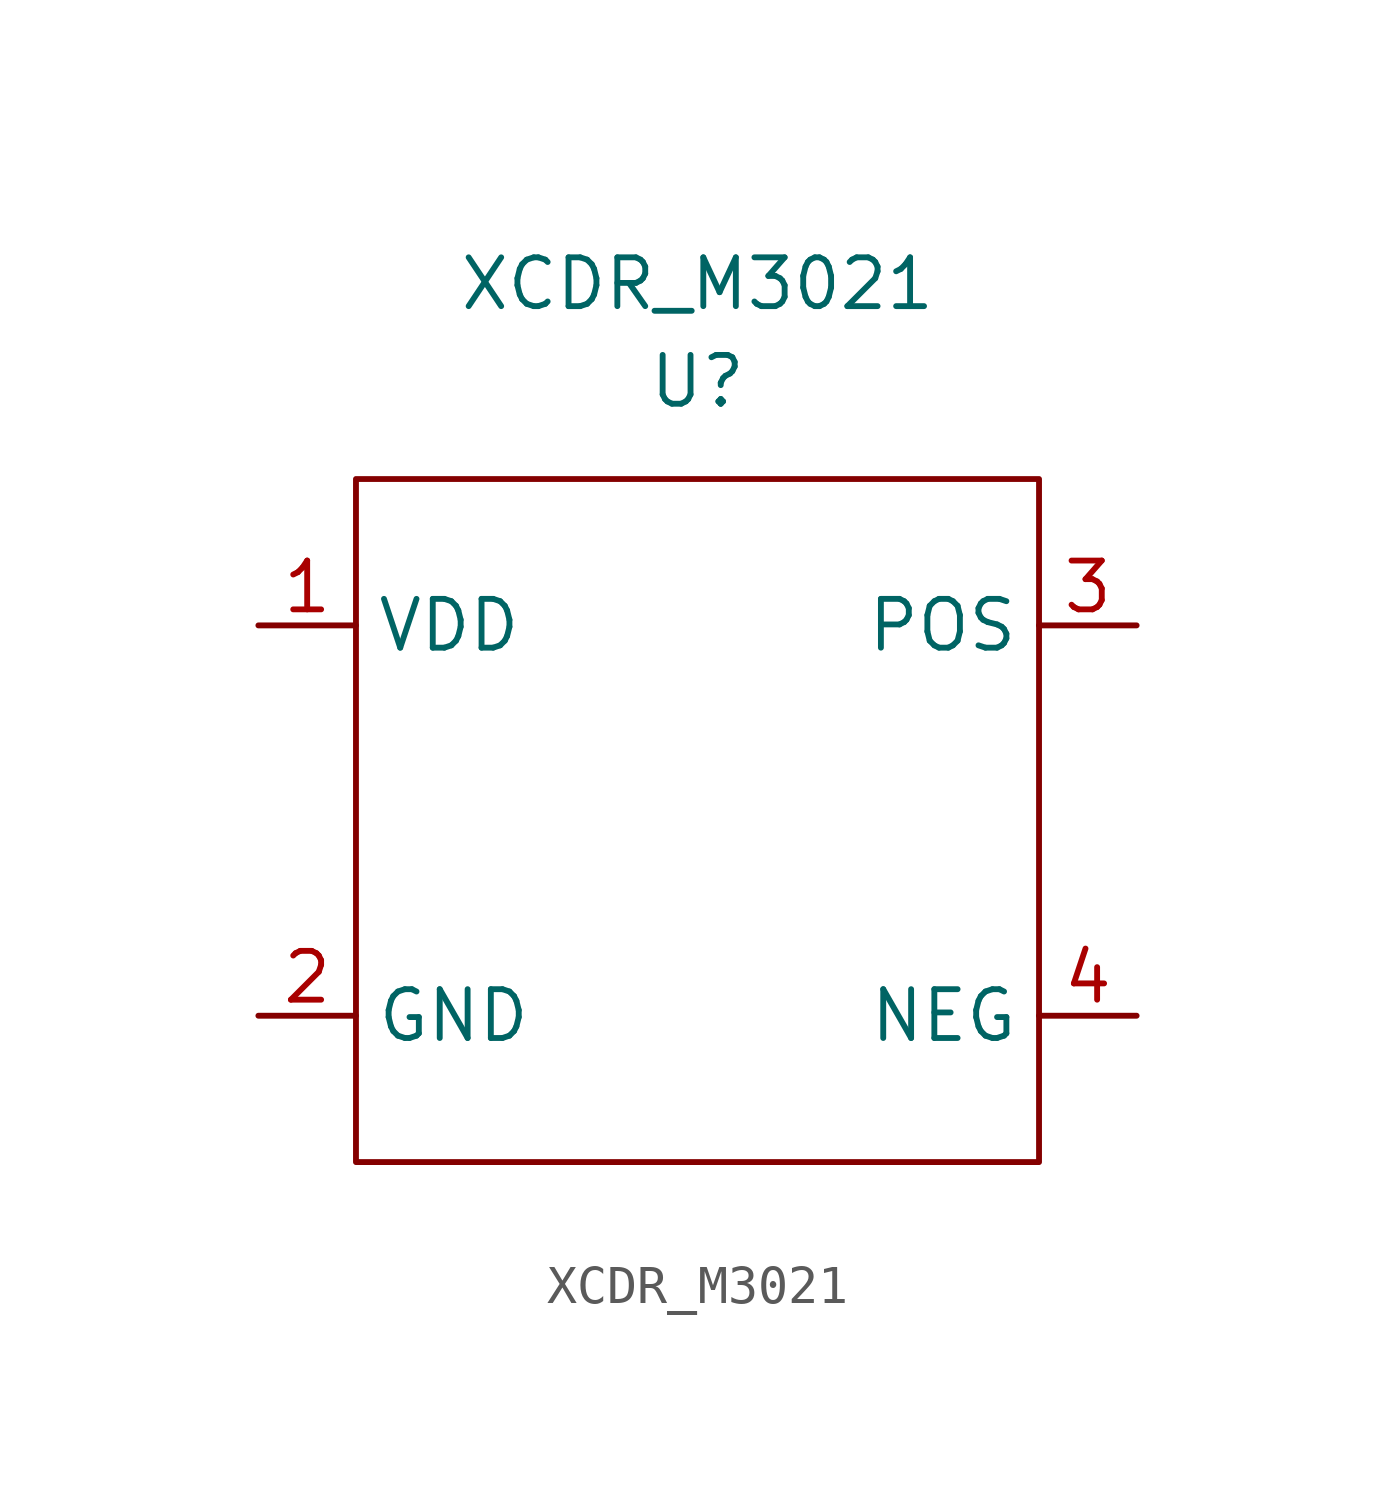
<source format=kicad_sym>
(kicad_symbol_lib
  (version 20211014)
  (generator kicad_symbol_editor)
  (symbol "XCDR_M3021"
    (property "Reference" "U"
      (at 0 0 0)
      (effects (font (size 1.27 1.27))))
    (property "Value" "XCDR_M3021"
      (at 0 2.54 0)
      (effects (font (size 1.27 1.27))))
    (symbol "XCDR_M3021_0_1"
      (rectangle (start -8.89 -2.54) (end 8.89 -20.32) (stroke (width 0) (type default) (color 0 0 0 0)) (fill (type none))))
    (symbol "XCDR_M3021_1_1"
      (pin power_in line (at -11.43 -6.35 0) (length 2.54) (name "VDD" (effects (font (size 1.27 1.27)))) (number "1" (effects (font (size 1.27 1.27)))))
      (pin power_in line (at -11.43 -16.51 0) (length 2.54) (name "GND" (effects (font (size 1.27 1.27)))) (number "2" (effects (font (size 1.27 1.27)))))
      (pin output line (at 11.43 -6.35 180) (length 2.54) (name "POS" (effects (font (size 1.27 1.27)))) (number "3" (effects (font (size 1.27 1.27)))))
      (pin output line (at 11.43 -16.51 180) (length 2.54) (name "NEG" (effects (font (size 1.27 1.27)))) (number "4" (effects (font (size 1.27 1.27))))))))
</source>
